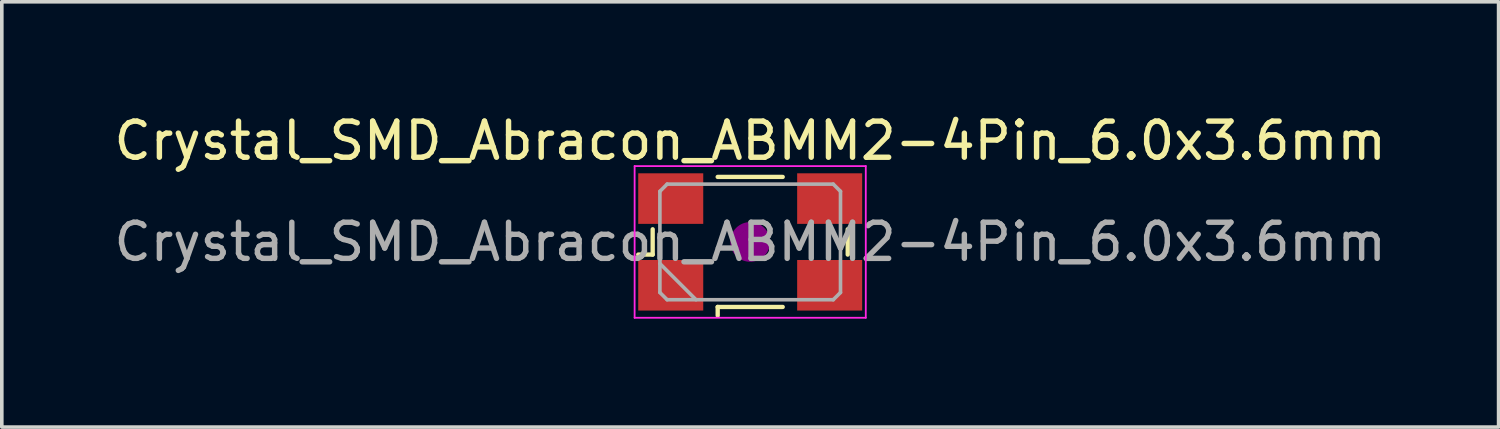
<source format=kicad_pcb>
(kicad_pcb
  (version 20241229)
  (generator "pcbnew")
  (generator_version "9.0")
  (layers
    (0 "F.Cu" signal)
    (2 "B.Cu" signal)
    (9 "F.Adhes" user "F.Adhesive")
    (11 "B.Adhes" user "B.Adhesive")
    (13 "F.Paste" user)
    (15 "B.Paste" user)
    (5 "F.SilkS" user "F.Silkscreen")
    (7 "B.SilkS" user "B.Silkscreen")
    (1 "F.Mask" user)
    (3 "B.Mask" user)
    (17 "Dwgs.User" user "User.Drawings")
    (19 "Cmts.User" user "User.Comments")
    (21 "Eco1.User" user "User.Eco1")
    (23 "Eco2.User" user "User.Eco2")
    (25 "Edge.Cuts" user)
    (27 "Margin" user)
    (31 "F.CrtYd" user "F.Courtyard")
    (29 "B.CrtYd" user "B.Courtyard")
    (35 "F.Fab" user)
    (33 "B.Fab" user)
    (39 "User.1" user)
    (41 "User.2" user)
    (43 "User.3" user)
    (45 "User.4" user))
  (footprint "Crystal_SMD_Abracon_ABMM2-4Pin_6.0x3.6mm"
    (layer "F.Cu")
    (at 17.72 3.648)
    (property "Reference" "Crystal_SMD_Abracon_ABMM2-4Pin_6.0x3.6mm" (at 0 -2.8 0) (layer "F.SilkS") (effects (font (size 1 1) (thickness 0.15))))
    (attr smd)
    (fp_line (start -3.1 0.35) (end -2.7 0.35) (stroke (width 0.12) (type solid)) (layer "F.SilkS"))
    (fp_line (start -2.7 0.35) (end -2.7 -0.35) (stroke (width 0.12) (type solid)) (layer "F.SilkS"))
    (fp_line (start -0.9 -1.8) (end 0.9 -1.8) (stroke (width 0.12) (type solid)) (layer "F.SilkS"))
    (fp_line (start -0.9 1.8) (end -0.9 2.04) (stroke (width 0.12) (type solid)) (layer "F.SilkS"))
    (fp_line (start 0.9 1.8) (end -0.9 1.8) (stroke (width 0.12) (type solid)) (layer "F.SilkS"))
    (fp_line (start 2.7 -0.35) (end 2.7 0.35) (stroke (width 0.12) (type solid)) (layer "F.SilkS"))
    (fp_circle (center 0 0) (end 0.117 0) (stroke (width 0.233) (type solid)) (fill no) (layer "F.Adhes"))
    (fp_circle (center 0 0) (end 0.267 0) (stroke (width 0.167) (type solid)) (fill no) (layer "F.Adhes"))
    (fp_circle (center 0 0) (end 0.417 0) (stroke (width 0.167) (type solid)) (fill no) (layer "F.Adhes"))
    (fp_circle (center 0 0) (end 0.5 0) (stroke (width 0.1) (type solid)) (fill no) (layer "F.Adhes"))
    (fp_line (start -3.2 -2.1) (end -3.2 2.1) (stroke (width 0.05) (type solid)) (layer "F.CrtYd"))
    (fp_line (start -3.2 2.1) (end 3.2 2.1) (stroke (width 0.05) (type solid)) (layer "F.CrtYd"))
    (fp_line (start 3.2 -2.1) (end -3.2 -2.1) (stroke (width 0.05) (type solid)) (layer "F.CrtYd"))
    (fp_line (start 3.2 2.1) (end 3.2 -2.1) (stroke (width 0.05) (type solid)) (layer "F.CrtYd"))
    (fp_line (start -2.5 -1.4) (end -2.3 -1.6) (stroke (width 0.1) (type solid)) (layer "F.Fab"))
    (fp_line (start -2.5 0.6) (end -1.5 1.6) (stroke (width 0.1) (type solid)) (layer "F.Fab"))
    (fp_line (start -2.5 1.4) (end -2.5 -1.4) (stroke (width 0.1) (type solid)) (layer "F.Fab"))
    (fp_line (start -2.3 -1.6) (end 2.3 -1.6) (stroke (width 0.1) (type solid)) (layer "F.Fab"))
    (fp_line (start -2.3 1.6) (end -2.5 1.4) (stroke (width 0.1) (type solid)) (layer "F.Fab"))
    (fp_line (start 2.3 -1.6) (end 2.5 -1.4) (stroke (width 0.1) (type solid)) (layer "F.Fab"))
    (fp_line (start 2.3 1.6) (end -2.3 1.6) (stroke (width 0.1) (type solid)) (layer "F.Fab"))
    (fp_line (start 2.5 -1.4) (end 2.5 1.4) (stroke (width 0.1) (type solid)) (layer "F.Fab"))
    (fp_line (start 2.5 1.4) (end 2.3 1.6) (stroke (width 0.1) (type solid)) (layer "F.Fab"))
    (fp_text user "${REFERENCE}" (at 0 0 0) (layer "F.Fab") (effects (font (size 1 1) (thickness 0.15))))
    (pad "1" smd rect (at -2.2 1.2) (size 1.8 1.4) (layers "F.Cu" "F.Mask" "F.Paste"))
    (pad "2" smd rect (at 2.2 1.2) (size 1.8 1.4) (layers "F.Cu" "F.Mask" "F.Paste"))
    (pad "3" smd rect (at 2.2 -1.2) (size 1.8 1.4) (layers "F.Cu" "F.Mask" "F.Paste"))
    (pad "4" smd rect (at -2.2 -1.2) (size 1.8 1.4) (layers "F.Cu" "F.Mask" "F.Paste")))
  (gr_rect
    (start -3 -3)
    (end 38.44 8.773)
    (stroke (width 0.1) (type default))
    (fill no)
    (layer "Edge.Cuts")))
</source>
